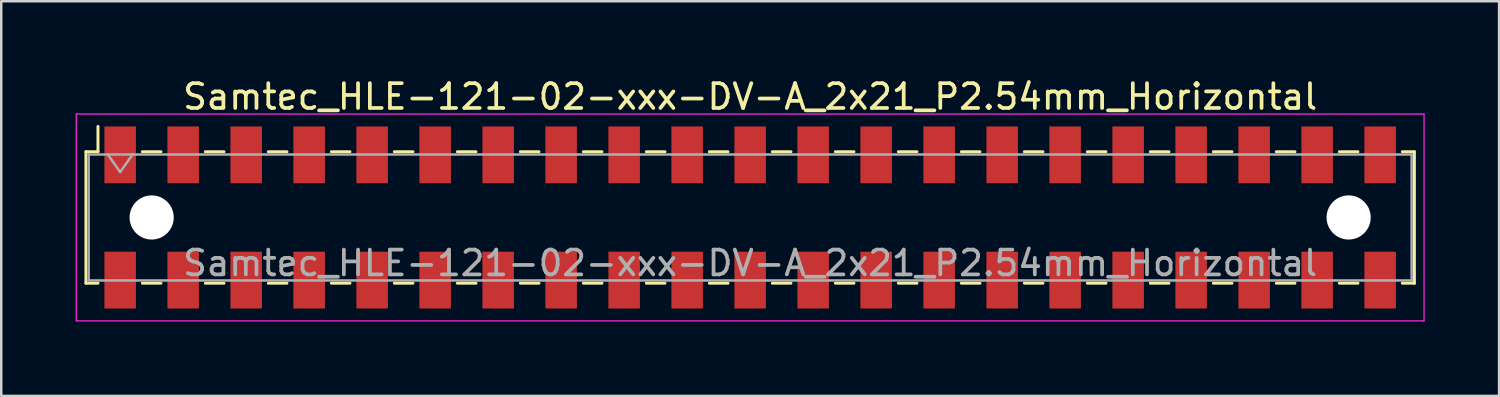
<source format=kicad_pcb>
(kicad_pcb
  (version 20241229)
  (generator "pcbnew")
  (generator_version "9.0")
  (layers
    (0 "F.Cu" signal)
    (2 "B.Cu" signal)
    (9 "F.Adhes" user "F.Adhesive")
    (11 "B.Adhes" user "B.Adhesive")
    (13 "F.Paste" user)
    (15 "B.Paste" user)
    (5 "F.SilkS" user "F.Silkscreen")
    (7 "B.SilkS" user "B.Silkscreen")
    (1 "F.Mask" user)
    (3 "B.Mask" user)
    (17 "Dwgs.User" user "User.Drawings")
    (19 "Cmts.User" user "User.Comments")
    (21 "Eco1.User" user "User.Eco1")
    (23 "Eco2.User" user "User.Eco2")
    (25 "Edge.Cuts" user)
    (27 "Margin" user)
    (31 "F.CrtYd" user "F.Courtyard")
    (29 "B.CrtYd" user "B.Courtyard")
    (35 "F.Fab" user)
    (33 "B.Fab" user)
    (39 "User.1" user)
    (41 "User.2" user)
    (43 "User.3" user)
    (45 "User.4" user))
  (footprint "Samtec_HLE-121-02-xxx-DV-A_2x21_P2.54mm_Horizontal"
    (layer "F.Cu")
    (at 27.195 5.718)
    (property "Reference" "Samtec_HLE-121-02-xxx-DV-A_2x21_P2.54mm_Horizontal" (at 0 -4.87 0) (layer "F.SilkS") (effects (font (size 1 1) (thickness 0.15))))
    (attr smd)
    (fp_line (start -26.78 -2.65) (end -26.78 2.65) (stroke (width 0.12) (type solid)) (layer "F.SilkS"))
    (fp_line (start -26.78 2.65) (end -26.295 2.65) (stroke (width 0.12) (type solid)) (layer "F.SilkS"))
    (fp_line (start -26.295 -3.67) (end -26.295 -2.65) (stroke (width 0.12) (type solid)) (layer "F.SilkS"))
    (fp_line (start -26.295 -2.65) (end -26.78 -2.65) (stroke (width 0.12) (type solid)) (layer "F.SilkS"))
    (fp_line (start -24.505 -2.65) (end -23.755 -2.65) (stroke (width 0.12) (type solid)) (layer "F.SilkS"))
    (fp_line (start -24.505 2.65) (end -23.755 2.65) (stroke (width 0.12) (type solid)) (layer "F.SilkS"))
    (fp_line (start -21.965 -2.65) (end -21.215 -2.65) (stroke (width 0.12) (type solid)) (layer "F.SilkS"))
    (fp_line (start -21.965 2.65) (end -21.215 2.65) (stroke (width 0.12) (type solid)) (layer "F.SilkS"))
    (fp_line (start -19.425 -2.65) (end -18.675 -2.65) (stroke (width 0.12) (type solid)) (layer "F.SilkS"))
    (fp_line (start -19.425 2.65) (end -18.675 2.65) (stroke (width 0.12) (type solid)) (layer "F.SilkS"))
    (fp_line (start -16.885 -2.65) (end -16.135 -2.65) (stroke (width 0.12) (type solid)) (layer "F.SilkS"))
    (fp_line (start -16.885 2.65) (end -16.135 2.65) (stroke (width 0.12) (type solid)) (layer "F.SilkS"))
    (fp_line (start -14.345 -2.65) (end -13.595 -2.65) (stroke (width 0.12) (type solid)) (layer "F.SilkS"))
    (fp_line (start -14.345 2.65) (end -13.595 2.65) (stroke (width 0.12) (type solid)) (layer "F.SilkS"))
    (fp_line (start -11.805 -2.65) (end -11.055 -2.65) (stroke (width 0.12) (type solid)) (layer "F.SilkS"))
    (fp_line (start -11.805 2.65) (end -11.055 2.65) (stroke (width 0.12) (type solid)) (layer "F.SilkS"))
    (fp_line (start -9.265 -2.65) (end -8.515 -2.65) (stroke (width 0.12) (type solid)) (layer "F.SilkS"))
    (fp_line (start -9.265 2.65) (end -8.515 2.65) (stroke (width 0.12) (type solid)) (layer "F.SilkS"))
    (fp_line (start -6.725 -2.65) (end -5.975 -2.65) (stroke (width 0.12) (type solid)) (layer "F.SilkS"))
    (fp_line (start -6.725 2.65) (end -5.975 2.65) (stroke (width 0.12) (type solid)) (layer "F.SilkS"))
    (fp_line (start -4.185 -2.65) (end -3.435 -2.65) (stroke (width 0.12) (type solid)) (layer "F.SilkS"))
    (fp_line (start -4.185 2.65) (end -3.435 2.65) (stroke (width 0.12) (type solid)) (layer "F.SilkS"))
    (fp_line (start -1.645 -2.65) (end -0.895 -2.65) (stroke (width 0.12) (type solid)) (layer "F.SilkS"))
    (fp_line (start -1.645 2.65) (end -0.895 2.65) (stroke (width 0.12) (type solid)) (layer "F.SilkS"))
    (fp_line (start 0.895 -2.65) (end 1.645 -2.65) (stroke (width 0.12) (type solid)) (layer "F.SilkS"))
    (fp_line (start 0.895 2.65) (end 1.645 2.65) (stroke (width 0.12) (type solid)) (layer "F.SilkS"))
    (fp_line (start 3.435 -2.65) (end 4.185 -2.65) (stroke (width 0.12) (type solid)) (layer "F.SilkS"))
    (fp_line (start 3.435 2.65) (end 4.185 2.65) (stroke (width 0.12) (type solid)) (layer "F.SilkS"))
    (fp_line (start 5.975 -2.65) (end 6.725 -2.65) (stroke (width 0.12) (type solid)) (layer "F.SilkS"))
    (fp_line (start 5.975 2.65) (end 6.725 2.65) (stroke (width 0.12) (type solid)) (layer "F.SilkS"))
    (fp_line (start 8.515 -2.65) (end 9.265 -2.65) (stroke (width 0.12) (type solid)) (layer "F.SilkS"))
    (fp_line (start 8.515 2.65) (end 9.265 2.65) (stroke (width 0.12) (type solid)) (layer "F.SilkS"))
    (fp_line (start 11.055 -2.65) (end 11.805 -2.65) (stroke (width 0.12) (type solid)) (layer "F.SilkS"))
    (fp_line (start 11.055 2.65) (end 11.805 2.65) (stroke (width 0.12) (type solid)) (layer "F.SilkS"))
    (fp_line (start 13.595 -2.65) (end 14.345 -2.65) (stroke (width 0.12) (type solid)) (layer "F.SilkS"))
    (fp_line (start 13.595 2.65) (end 14.345 2.65) (stroke (width 0.12) (type solid)) (layer "F.SilkS"))
    (fp_line (start 16.135 -2.65) (end 16.885 -2.65) (stroke (width 0.12) (type solid)) (layer "F.SilkS"))
    (fp_line (start 16.135 2.65) (end 16.885 2.65) (stroke (width 0.12) (type solid)) (layer "F.SilkS"))
    (fp_line (start 18.675 -2.65) (end 19.425 -2.65) (stroke (width 0.12) (type solid)) (layer "F.SilkS"))
    (fp_line (start 18.675 2.65) (end 19.425 2.65) (stroke (width 0.12) (type solid)) (layer "F.SilkS"))
    (fp_line (start 21.215 -2.65) (end 21.965 -2.65) (stroke (width 0.12) (type solid)) (layer "F.SilkS"))
    (fp_line (start 21.215 2.65) (end 21.965 2.65) (stroke (width 0.12) (type solid)) (layer "F.SilkS"))
    (fp_line (start 23.755 -2.65) (end 24.505 -2.65) (stroke (width 0.12) (type solid)) (layer "F.SilkS"))
    (fp_line (start 23.755 2.65) (end 24.505 2.65) (stroke (width 0.12) (type solid)) (layer "F.SilkS"))
    (fp_line (start 26.295 -2.65) (end 26.78 -2.65) (stroke (width 0.12) (type solid)) (layer "F.SilkS"))
    (fp_line (start 26.78 -2.65) (end 26.78 2.65) (stroke (width 0.12) (type solid)) (layer "F.SilkS"))
    (fp_line (start 26.78 2.65) (end 26.295 2.65) (stroke (width 0.12) (type solid)) (layer "F.SilkS"))
    (fp_line (start -27.17 -4.17) (end 27.17 -4.17) (stroke (width 0.05) (type solid)) (layer "F.CrtYd"))
    (fp_line (start -27.17 4.17) (end -27.17 -4.17) (stroke (width 0.05) (type solid)) (layer "F.CrtYd"))
    (fp_line (start 27.17 -4.17) (end 27.17 4.17) (stroke (width 0.05) (type solid)) (layer "F.CrtYd"))
    (fp_line (start 27.17 4.17) (end -27.17 4.17) (stroke (width 0.05) (type solid)) (layer "F.CrtYd"))
    (fp_line (start -26.67 -2.54) (end 26.67 -2.54) (stroke (width 0.1) (type solid)) (layer "F.Fab"))
    (fp_line (start -26.67 2.54) (end -26.67 -2.54) (stroke (width 0.1) (type solid)) (layer "F.Fab"))
    (fp_line (start -25.9 -2.54) (end -25.4 -1.833) (stroke (width 0.1) (type solid)) (layer "F.Fab"))
    (fp_line (start -25.4 -1.833) (end -24.9 -2.54) (stroke (width 0.1) (type solid)) (layer "F.Fab"))
    (fp_line (start 26.67 -2.54) (end 26.67 2.54) (stroke (width 0.1) (type solid)) (layer "F.Fab"))
    (fp_line (start 26.67 2.54) (end -26.67 2.54) (stroke (width 0.1) (type solid)) (layer "F.Fab"))
    (fp_text user "${REFERENCE}" (at 0 1.84 0) (layer "F.Fab") (effects (font (size 1 1) (thickness 0.15))))
    (pad "" np_thru_hole circle (at -24.13 0) (size 1.78 1.78) (drill 1.78) (layers "*.Cu" "*.Mask"))
    (pad "" np_thru_hole circle (at 24.13 0) (size 1.78 1.78) (drill 1.78) (layers "*.Cu" "*.Mask"))
    (pad "1" smd rect (at -25.4 -2.525) (size 1.27 2.29) (layers "F.Cu" "F.Mask" "F.Paste"))
    (pad "2" smd rect (at -25.4 2.525) (size 1.27 2.29) (layers "F.Cu" "F.Mask" "F.Paste"))
    (pad "3" smd rect (at -22.86 -2.525) (size 1.27 2.29) (layers "F.Cu" "F.Mask" "F.Paste"))
    (pad "4" smd rect (at -22.86 2.525) (size 1.27 2.29) (layers "F.Cu" "F.Mask" "F.Paste"))
    (pad "5" smd rect (at -20.32 -2.525) (size 1.27 2.29) (layers "F.Cu" "F.Mask" "F.Paste"))
    (pad "6" smd rect (at -20.32 2.525) (size 1.27 2.29) (layers "F.Cu" "F.Mask" "F.Paste"))
    (pad "7" smd rect (at -17.78 -2.525) (size 1.27 2.29) (layers "F.Cu" "F.Mask" "F.Paste"))
    (pad "8" smd rect (at -17.78 2.525) (size 1.27 2.29) (layers "F.Cu" "F.Mask" "F.Paste"))
    (pad "9" smd rect (at -15.24 -2.525) (size 1.27 2.29) (layers "F.Cu" "F.Mask" "F.Paste"))
    (pad "10" smd rect (at -15.24 2.525) (size 1.27 2.29) (layers "F.Cu" "F.Mask" "F.Paste"))
    (pad "11" smd rect (at -12.7 -2.525) (size 1.27 2.29) (layers "F.Cu" "F.Mask" "F.Paste"))
    (pad "12" smd rect (at -12.7 2.525) (size 1.27 2.29) (layers "F.Cu" "F.Mask" "F.Paste"))
    (pad "13" smd rect (at -10.16 -2.525) (size 1.27 2.29) (layers "F.Cu" "F.Mask" "F.Paste"))
    (pad "14" smd rect (at -10.16 2.525) (size 1.27 2.29) (layers "F.Cu" "F.Mask" "F.Paste"))
    (pad "15" smd rect (at -7.62 -2.525) (size 1.27 2.29) (layers "F.Cu" "F.Mask" "F.Paste"))
    (pad "16" smd rect (at -7.62 2.525) (size 1.27 2.29) (layers "F.Cu" "F.Mask" "F.Paste"))
    (pad "17" smd rect (at -5.08 -2.525) (size 1.27 2.29) (layers "F.Cu" "F.Mask" "F.Paste"))
    (pad "18" smd rect (at -5.08 2.525) (size 1.27 2.29) (layers "F.Cu" "F.Mask" "F.Paste"))
    (pad "19" smd rect (at -2.54 -2.525) (size 1.27 2.29) (layers "F.Cu" "F.Mask" "F.Paste"))
    (pad "20" smd rect (at -2.54 2.525) (size 1.27 2.29) (layers "F.Cu" "F.Mask" "F.Paste"))
    (pad "21" smd rect (at 0 -2.525) (size 1.27 2.29) (layers "F.Cu" "F.Mask" "F.Paste"))
    (pad "22" smd rect (at 0 2.525) (size 1.27 2.29) (layers "F.Cu" "F.Mask" "F.Paste"))
    (pad "23" smd rect (at 2.54 -2.525) (size 1.27 2.29) (layers "F.Cu" "F.Mask" "F.Paste"))
    (pad "24" smd rect (at 2.54 2.525) (size 1.27 2.29) (layers "F.Cu" "F.Mask" "F.Paste"))
    (pad "25" smd rect (at 5.08 -2.525) (size 1.27 2.29) (layers "F.Cu" "F.Mask" "F.Paste"))
    (pad "26" smd rect (at 5.08 2.525) (size 1.27 2.29) (layers "F.Cu" "F.Mask" "F.Paste"))
    (pad "27" smd rect (at 7.62 -2.525) (size 1.27 2.29) (layers "F.Cu" "F.Mask" "F.Paste"))
    (pad "28" smd rect (at 7.62 2.525) (size 1.27 2.29) (layers "F.Cu" "F.Mask" "F.Paste"))
    (pad "29" smd rect (at 10.16 -2.525) (size 1.27 2.29) (layers "F.Cu" "F.Mask" "F.Paste"))
    (pad "30" smd rect (at 10.16 2.525) (size 1.27 2.29) (layers "F.Cu" "F.Mask" "F.Paste"))
    (pad "31" smd rect (at 12.7 -2.525) (size 1.27 2.29) (layers "F.Cu" "F.Mask" "F.Paste"))
    (pad "32" smd rect (at 12.7 2.525) (size 1.27 2.29) (layers "F.Cu" "F.Mask" "F.Paste"))
    (pad "33" smd rect (at 15.24 -2.525) (size 1.27 2.29) (layers "F.Cu" "F.Mask" "F.Paste"))
    (pad "34" smd rect (at 15.24 2.525) (size 1.27 2.29) (layers "F.Cu" "F.Mask" "F.Paste"))
    (pad "35" smd rect (at 17.78 -2.525) (size 1.27 2.29) (layers "F.Cu" "F.Mask" "F.Paste"))
    (pad "36" smd rect (at 17.78 2.525) (size 1.27 2.29) (layers "F.Cu" "F.Mask" "F.Paste"))
    (pad "37" smd rect (at 20.32 -2.525) (size 1.27 2.29) (layers "F.Cu" "F.Mask" "F.Paste"))
    (pad "38" smd rect (at 20.32 2.525) (size 1.27 2.29) (layers "F.Cu" "F.Mask" "F.Paste"))
    (pad "39" smd rect (at 22.86 -2.525) (size 1.27 2.29) (layers "F.Cu" "F.Mask" "F.Paste"))
    (pad "40" smd rect (at 22.86 2.525) (size 1.27 2.29) (layers "F.Cu" "F.Mask" "F.Paste"))
    (pad "41" smd rect (at 25.4 -2.525) (size 1.27 2.29) (layers "F.Cu" "F.Mask" "F.Paste"))
    (pad "42" smd rect (at 25.4 2.525) (size 1.27 2.29) (layers "F.Cu" "F.Mask" "F.Paste")))
  (gr_rect
    (start -3 -3)
    (end 57.39 12.913)
    (stroke (width 0.1) (type default))
    (fill no)
    (layer "Edge.Cuts")))
</source>
